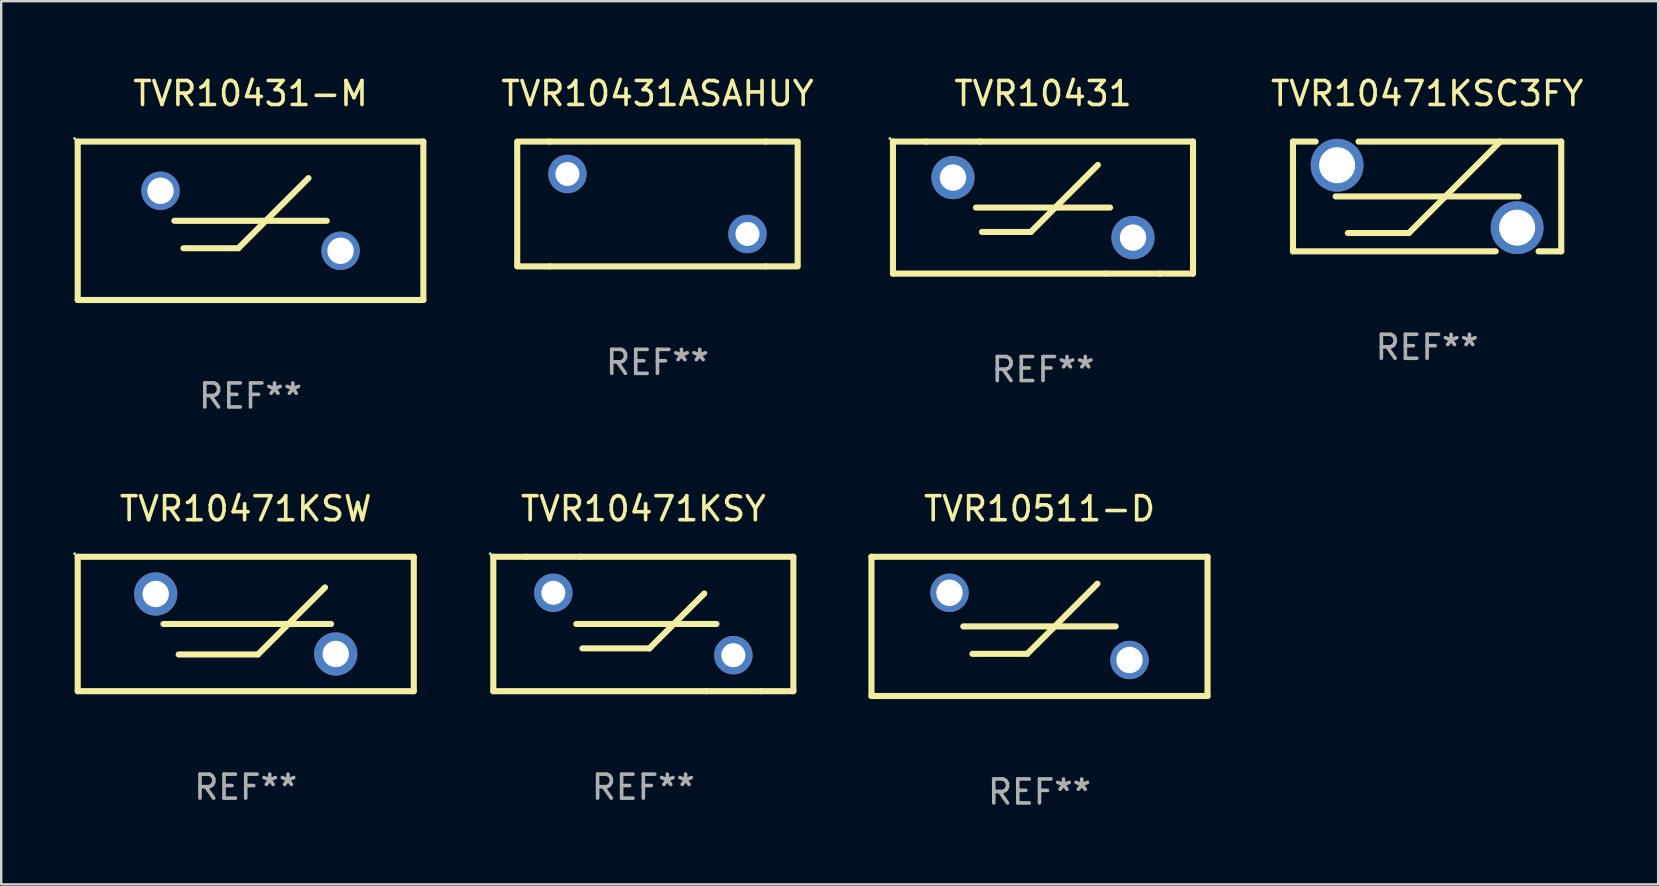
<source format=kicad_pcb>
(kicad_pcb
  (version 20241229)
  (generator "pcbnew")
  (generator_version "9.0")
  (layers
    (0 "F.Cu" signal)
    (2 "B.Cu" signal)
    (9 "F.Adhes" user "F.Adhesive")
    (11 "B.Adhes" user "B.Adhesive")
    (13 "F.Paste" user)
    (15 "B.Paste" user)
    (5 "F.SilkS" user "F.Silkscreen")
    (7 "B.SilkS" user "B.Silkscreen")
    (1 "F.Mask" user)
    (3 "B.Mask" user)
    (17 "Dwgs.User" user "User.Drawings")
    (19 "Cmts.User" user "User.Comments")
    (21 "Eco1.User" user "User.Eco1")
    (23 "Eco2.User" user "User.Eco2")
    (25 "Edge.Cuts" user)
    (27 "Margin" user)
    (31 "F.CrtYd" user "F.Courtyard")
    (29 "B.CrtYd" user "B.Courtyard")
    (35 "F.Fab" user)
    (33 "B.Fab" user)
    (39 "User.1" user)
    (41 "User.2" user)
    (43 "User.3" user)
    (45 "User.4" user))
  (footprint "TVR10471KSC3FY"
    (layer "F.Cu")
    (at 56.403 5.134)
    (property "Reference" "TVR10471KSC3FY" (at 0 -4.286 0) (layer "F.SilkS") (effects (font (size 1 1) (thickness 0.15))))
    (attr through_hole)
    (fp_line (start -5.588 -2.286) (end -5.588 2.286) (stroke (width 0.254) (type solid)) (layer "F.SilkS"))
    (fp_line (start -5.588 2.286) (end 2.857 2.286) (stroke (width 0.254) (type solid)) (layer "F.SilkS"))
    (fp_line (start -4.643 -2.286) (end -5.588 -2.286) (stroke (width 0.254) (type solid)) (layer "F.SilkS"))
    (fp_line (start -3.81 0) (end 3.81 0) (stroke (width 0.254) (type solid)) (layer "F.SilkS"))
    (fp_line (start -3.302 1.524) (end -0.762 1.524) (stroke (width 0.254) (type solid)) (layer "F.SilkS"))
    (fp_line (start -0.762 1.524) (end 3.048 -2.286) (stroke (width 0.254) (type solid)) (layer "F.SilkS"))
    (fp_line (start 4.643 2.286) (end 5.588 2.286) (stroke (width 0.254) (type solid)) (layer "F.SilkS"))
    (fp_line (start 5.588 -2.286) (end -2.857 -2.286) (stroke (width 0.254) (type solid)) (layer "F.SilkS"))
    (fp_line (start 5.588 2.286) (end 5.588 -2.286) (stroke (width 0.254) (type solid)) (layer "F.SilkS"))
    (fp_circle (center -5.5 -2.3) (end -5.47 -2.3) (stroke (width 0.06) (type solid)) (fill no) (layer "F.SilkS"))
    (fp_text user "REF**" (at 0 6.286 0) (layer "F.Fab") (effects (font (size 1 1) (thickness 0.15))))
    (pad "1" thru_hole circle (at -3.75 -1.3) (size 2.2 2.2) (drill 1.5) (layers "*.Cu" "*.Mask"))
    (pad "2" thru_hole circle (at 3.75 1.3) (size 2.2 2.2) (drill 1.5) (layers "*.Cu" "*.Mask")))
  (footprint "TVR10431ASAHUY"
    (layer "F.Cu")
    (at 24.339 5.448)
    (property "Reference" "TVR10431ASAHUY" (at 0 -4.6 0) (layer "F.SilkS") (effects (font (size 1 1) (thickness 0.15))))
    (attr through_hole)
    (fp_line (start -5.842 2.54) (end -5.842 -2.533) (stroke (width 0.254) (type solid)) (layer "F.SilkS"))
    (fp_line (start -4.5 -2.6) (end -5.842 -2.6) (stroke (width 0.254) (type solid)) (layer "F.SilkS"))
    (fp_line (start -4.5 -2.6) (end 4.5 -2.6) (stroke (width 0.254) (type solid)) (layer "F.SilkS"))
    (fp_line (start -4.5 2.6) (end -5.842 2.6) (stroke (width 0.254) (type solid)) (layer "F.SilkS"))
    (fp_line (start -4.5 2.6) (end 4.5 2.6) (stroke (width 0.254) (type solid)) (layer "F.SilkS"))
    (fp_line (start 4.5 -2.6) (end 5.842 -2.6) (stroke (width 0.254) (type solid)) (layer "F.SilkS"))
    (fp_line (start 4.5 2.6) (end 5.842 2.6) (stroke (width 0.254) (type solid)) (layer "F.SilkS"))
    (fp_line (start 5.842 2.54) (end 5.842 -2.533) (stroke (width 0.254) (type solid)) (layer "F.SilkS"))
    (fp_circle (center -5.656 2.557) (end -5.626 2.557) (stroke (width 0.06) (type solid)) (fill no) (layer "F.SilkS"))
    (fp_text user "REF**" (at 0 6.6 0) (layer "F.Fab") (effects (font (size 1 1) (thickness 0.15))))
    (pad "1" thru_hole circle (at -3.75 -1.25) (size 1.6 1.6) (drill 1) (layers "*.Cu" "*.Mask"))
    (pad "2" thru_hole circle (at 3.75 1.25) (size 1.6 1.6) (drill 1) (layers "*.Cu" "*.Mask")))
  (footprint "TVR10431-M"
    (layer "F.Cu")
    (at 7.387 6.148)
    (property "Reference" "TVR10431-M" (at 0 -5.3 0) (layer "F.SilkS") (effects (font (size 1 1) (thickness 0.15))))
    (attr through_hole)
    (fp_line (start -7.2 -3.3) (end -7.2 3.3) (stroke (width 0.254) (type solid)) (layer "F.SilkS"))
    (fp_line (start -7.2 -3.3) (end 7.2 -3.3) (stroke (width 0.254) (type solid)) (layer "F.SilkS"))
    (fp_line (start -7.2 3.3) (end 7.2 3.3) (stroke (width 0.254) (type solid)) (layer "F.SilkS"))
    (fp_line (start -3.175 0) (end 3.175 0) (stroke (width 0.254) (type solid)) (layer "F.SilkS"))
    (fp_line (start -2.794 1.143) (end -0.508 1.143) (stroke (width 0.254) (type solid)) (layer "F.SilkS"))
    (fp_line (start -0.508 1.143) (end 2.413 -1.778) (stroke (width 0.254) (type solid)) (layer "F.SilkS"))
    (fp_line (start 7.2 -3.3) (end 7.2 3.3) (stroke (width 0.254) (type solid)) (layer "F.SilkS"))
    (fp_circle (center -7.327 -3.427) (end -7.297 -3.427) (stroke (width 0.06) (type solid)) (fill no) (layer "F.SilkS"))
    (fp_text user "REF**" (at 0 7.3 0) (layer "F.Fab") (effects (font (size 1 1) (thickness 0.15))))
    (pad "1" thru_hole circle (at -3.75 -1.25) (size 1.6 1.6) (drill 1.1) (layers "*.Cu" "*.Mask"))
    (pad "2" thru_hole circle (at 3.75 1.25) (size 1.6 1.6) (drill 1.1) (layers "*.Cu" "*.Mask")))
  (footprint "TVR10471KSW"
    (layer "F.Cu")
    (at 7.187 22.945)
    (property "Reference" "TVR10471KSW" (at 0 -4.8 0) (layer "F.SilkS") (effects (font (size 1 1) (thickness 0.15))))
    (attr through_hole)
    (fp_line (start -7 -2.8) (end -7 2.8) (stroke (width 0.254) (type solid)) (layer "F.SilkS"))
    (fp_line (start -3.429 0) (end 3.556 0) (stroke (width 0.254) (type solid)) (layer "F.SilkS"))
    (fp_line (start -2.794 1.27) (end 0.508 1.27) (stroke (width 0.254) (type solid)) (layer "F.SilkS"))
    (fp_line (start 0.508 1.27) (end 3.302 -1.524) (stroke (width 0.254) (type solid)) (layer "F.SilkS"))
    (fp_line (start 7 -2.8) (end -7 -2.8) (stroke (width 0.254) (type solid)) (layer "F.SilkS"))
    (fp_line (start 7 -2.8) (end 7 2.8) (stroke (width 0.254) (type solid)) (layer "F.SilkS"))
    (fp_line (start 7 2.8) (end -7 2.8) (stroke (width 0.254) (type solid)) (layer "F.SilkS"))
    (fp_circle (center -7.127 -2.927) (end -7.097 -2.927) (stroke (width 0.06) (type solid)) (fill no) (layer "F.SilkS"))
    (fp_text user "REF**" (at 0 6.8 0) (layer "F.Fab") (effects (font (size 1 1) (thickness 0.15))))
    (pad "1" thru_hole circle (at -3.75 -1.25) (size 1.8 1.8) (drill 1.1) (layers "*.Cu" "*.Mask"))
    (pad "2" thru_hole circle (at 3.75 1.25) (size 1.8 1.8) (drill 1.1) (layers "*.Cu" "*.Mask")))
  (footprint "TVR10511-D"
    (layer "F.Cu")
    (at 40.255 23.045)
    (property "Reference" "TVR10511-D" (at 0 -4.9 0) (layer "F.SilkS") (effects (font (size 1 1) (thickness 0.15))))
    (attr through_hole)
    (fp_line (start -7 -2.9) (end -7 2.9) (stroke (width 0.254) (type solid)) (layer "F.SilkS"))
    (fp_line (start -7 -2.9) (end 7 -2.9) (stroke (width 0.254) (type solid)) (layer "F.SilkS"))
    (fp_line (start -7 2.9) (end 7 2.9) (stroke (width 0.254) (type solid)) (layer "F.SilkS"))
    (fp_line (start -3.175 0) (end 3.175 0) (stroke (width 0.254) (type solid)) (layer "F.SilkS"))
    (fp_line (start -2.794 1.143) (end -0.508 1.143) (stroke (width 0.254) (type solid)) (layer "F.SilkS"))
    (fp_line (start -0.508 1.143) (end 2.413 -1.778) (stroke (width 0.254) (type solid)) (layer "F.SilkS"))
    (fp_line (start 7 -2.9) (end 7 2.9) (stroke (width 0.254) (type solid)) (layer "F.SilkS"))
    (fp_circle (center -7 -2.9) (end -6.97 -2.9) (stroke (width 0.06) (type solid)) (fill no) (layer "F.SilkS"))
    (fp_text user "REF**" (at 0 6.9 0) (layer "F.Fab") (effects (font (size 1 1) (thickness 0.15))))
    (pad "1" thru_hole circle (at -3.75 -1.4) (size 1.6 1.6) (drill 1.1) (layers "*.Cu" "*.Mask"))
    (pad "2" thru_hole circle (at 3.75 1.4) (size 1.6 1.6) (drill 1.1) (layers "*.Cu" "*.Mask")))
  (footprint "TVR10431"
    (layer "F.Cu")
    (at 40.401 5.598)
    (property "Reference" "TVR10431" (at 0 -4.75 0) (layer "F.SilkS") (effects (font (size 1 1) (thickness 0.15))))
    (attr through_hole)
    (fp_line (start -6.25 -2.75) (end -4.875 -2.75) (stroke (width 0.254) (type solid)) (layer "F.SilkS"))
    (fp_line (start -6.25 2.75) (end -6.25 -2.75) (stroke (width 0.254) (type solid)) (layer "F.SilkS"))
    (fp_line (start -6.25 2.75) (end 2.625 2.75) (stroke (width 0.254) (type solid)) (layer "F.SilkS"))
    (fp_line (start -4.875 -2.75) (end -2.625 -2.75) (stroke (width 0.254) (type solid)) (layer "F.SilkS"))
    (fp_line (start -2.794 0) (end 2.794 0) (stroke (width 0.254) (type solid)) (layer "F.SilkS"))
    (fp_line (start -2.625 -2.75) (end 6.25 -2.75) (stroke (width 0.254) (type solid)) (layer "F.SilkS"))
    (fp_line (start -2.54 1.016) (end -0.508 1.016) (stroke (width 0.254) (type solid)) (layer "F.SilkS"))
    (fp_line (start -0.508 1.016) (end 2.286 -1.778) (stroke (width 0.254) (type solid)) (layer "F.SilkS"))
    (fp_line (start 2.625 2.75) (end 4.875 2.75) (stroke (width 0.254) (type solid)) (layer "F.SilkS"))
    (fp_line (start 4.875 2.75) (end 6.25 2.75) (stroke (width 0.254) (type solid)) (layer "F.SilkS"))
    (fp_line (start 6.25 -2.75) (end 6.25 2.75) (stroke (width 0.254) (type solid)) (layer "F.SilkS"))
    (fp_circle (center -6.377 -2.877) (end -6.347 -2.877) (stroke (width 0.06) (type solid)) (fill no) (layer "F.SilkS"))
    (fp_text user "REF**" (at 0 6.75 0) (layer "F.Fab") (effects (font (size 1 1) (thickness 0.15))))
    (pad "1" thru_hole circle (at -3.75 -1.25) (size 1.8 1.8) (drill 1.1) (layers "*.Cu" "*.Mask"))
    (pad "2" thru_hole circle (at 3.75 1.25) (size 1.8 1.8) (drill 1.1) (layers "*.Cu" "*.Mask")))
  (footprint "TVR10471KSY"
    (layer "F.Cu")
    (at 23.751 22.945)
    (property "Reference" "TVR10471KSY" (at 0 -4.8 0) (layer "F.SilkS") (effects (font (size 1 1) (thickness 0.15))))
    (attr through_hole)
    (fp_line (start -6.25 -2.8) (end -4.881 -2.8) (stroke (width 0.254) (type solid)) (layer "F.SilkS"))
    (fp_line (start -6.25 2.8) (end -6.25 -2.8) (stroke (width 0.254) (type solid)) (layer "F.SilkS"))
    (fp_line (start -6.25 2.8) (end 2.619 2.8) (stroke (width 0.254) (type solid)) (layer "F.SilkS"))
    (fp_line (start -4.881 -2.8) (end -2.619 -2.8) (stroke (width 0.254) (type solid)) (layer "F.SilkS"))
    (fp_line (start -2.794 0) (end 3.048 0) (stroke (width 0.254) (type solid)) (layer "F.SilkS"))
    (fp_line (start -2.619 -2.8) (end 6.25 -2.8) (stroke (width 0.254) (type solid)) (layer "F.SilkS"))
    (fp_line (start -2.54 1.016) (end 0.254 1.016) (stroke (width 0.254) (type solid)) (layer "F.SilkS"))
    (fp_line (start 0.254 1.016) (end 2.54 -1.27) (stroke (width 0.254) (type solid)) (layer "F.SilkS"))
    (fp_line (start 2.619 2.8) (end 4.881 2.8) (stroke (width 0.254) (type solid)) (layer "F.SilkS"))
    (fp_line (start 4.881 2.8) (end 6.25 2.8) (stroke (width 0.254) (type solid)) (layer "F.SilkS"))
    (fp_line (start 6.25 -2.8) (end 6.25 2.8) (stroke (width 0.254) (type solid)) (layer "F.SilkS"))
    (fp_circle (center -6.377 -2.927) (end -6.347 -2.927) (stroke (width 0.06) (type solid)) (fill no) (layer "F.SilkS"))
    (fp_text user "REF**" (at 0 6.8 0) (layer "F.Fab") (effects (font (size 1 1) (thickness 0.15))))
    (pad "1" thru_hole circle (at -3.75 -1.3) (size 1.6 1.6) (drill 1) (layers "*.Cu" "*.Mask"))
    (pad "2" thru_hole circle (at 3.75 1.3) (size 1.6 1.6) (drill 1) (layers "*.Cu" "*.Mask")))
  (gr_rect
    (start -3 -3)
    (end 66.028 33.793)
    (stroke (width 0.1) (type default))
    (fill no)
    (layer "Edge.Cuts")))
</source>
